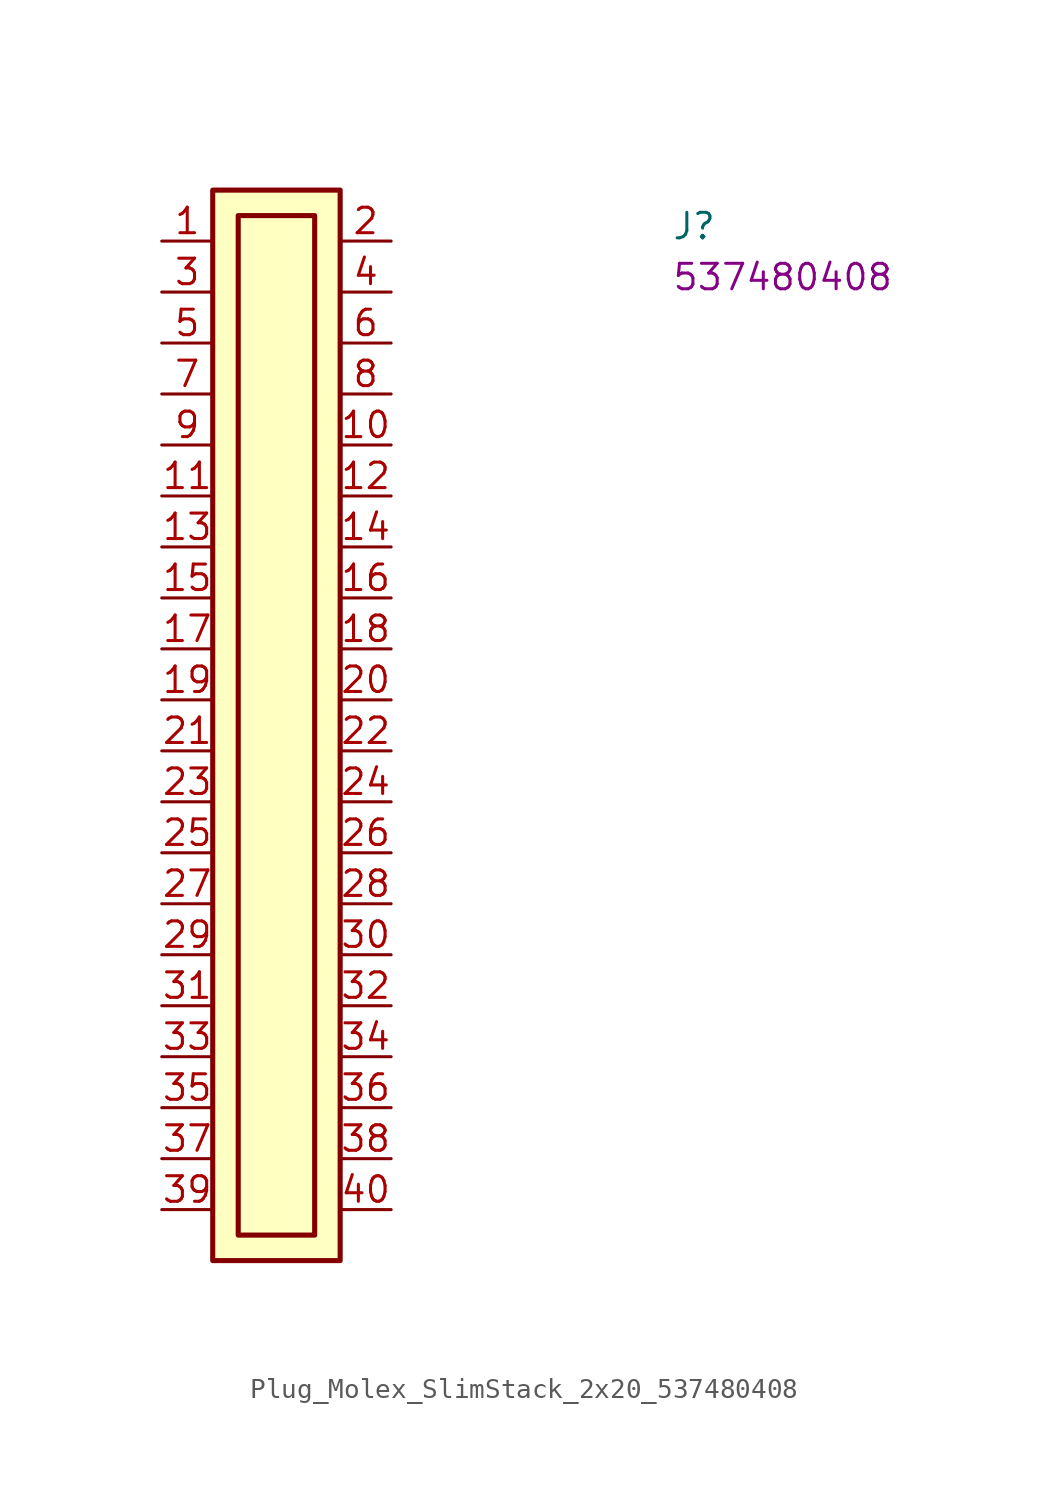
<source format=kicad_sym>
(kicad_symbol_lib
  (version 20220914)
  (generator kicad_symbol_editor)
  (symbol "Plug_Molex_SlimStack_2x20_537480408"
    (property "Reference" "J"
      (at 25.4 0 0)
      (effects (font (size 1.27 1.27) (thickness 0.15)) (justify left bottom)))
    (property "MPN" "537480408"
      (at 25.4 -2.54 0)
      (effects (font (size 1.27 1.27) (thickness 0.15)) (justify left bottom)))
    (symbol "Plug_Molex_SlimStack_2x20_537480408_1_1"
      (rectangle (start 2.54 2.54) (end 8.89 -50.8) (stroke (width 0.254) (type default)) (fill (type background)))
      (rectangle (start 3.81 1.27) (end 7.62 -49.53) (stroke (width 0.254) (type default)) (fill (type background)))
      (pin passive line (at 0 0 0) (length 2.54) (name "~" (effects (font (size 1.27 1.27)))) (number "1" (effects (font (size 1.27 1.27)))))
      (pin passive line (at 11.43 -10.16 180) (length 2.54) (name "~" (effects (font (size 1.27 1.27)))) (number "10" (effects (font (size 1.27 1.27)))))
      (pin passive line (at 0 -12.7 0) (length 2.54) (name "~" (effects (font (size 1.27 1.27)))) (number "11" (effects (font (size 1.27 1.27)))))
      (pin passive line (at 11.43 -12.7 180) (length 2.54) (name "~" (effects (font (size 1.27 1.27)))) (number "12" (effects (font (size 1.27 1.27)))))
      (pin passive line (at 0 -15.24 0) (length 2.54) (name "~" (effects (font (size 1.27 1.27)))) (number "13" (effects (font (size 1.27 1.27)))))
      (pin passive line (at 11.43 -15.24 180) (length 2.54) (name "~" (effects (font (size 1.27 1.27)))) (number "14" (effects (font (size 1.27 1.27)))))
      (pin passive line (at 0 -17.78 0) (length 2.54) (name "~" (effects (font (size 1.27 1.27)))) (number "15" (effects (font (size 1.27 1.27)))))
      (pin passive line (at 11.43 -17.78 180) (length 2.54) (name "~" (effects (font (size 1.27 1.27)))) (number "16" (effects (font (size 1.27 1.27)))))
      (pin passive line (at 0 -20.32 0) (length 2.54) (name "~" (effects (font (size 1.27 1.27)))) (number "17" (effects (font (size 1.27 1.27)))))
      (pin passive line (at 11.43 -20.32 180) (length 2.54) (name "~" (effects (font (size 1.27 1.27)))) (number "18" (effects (font (size 1.27 1.27)))))
      (pin passive line (at 0 -22.86 0) (length 2.54) (name "~" (effects (font (size 1.27 1.27)))) (number "19" (effects (font (size 1.27 1.27)))))
      (pin passive line (at 11.43 0 180) (length 2.54) (name "~" (effects (font (size 1.27 1.27)))) (number "2" (effects (font (size 1.27 1.27)))))
      (pin passive line (at 11.43 -22.86 180) (length 2.54) (name "~" (effects (font (size 1.27 1.27)))) (number "20" (effects (font (size 1.27 1.27)))))
      (pin passive line (at 0 -25.4 0) (length 2.54) (name "~" (effects (font (size 1.27 1.27)))) (number "21" (effects (font (size 1.27 1.27)))))
      (pin passive line (at 11.43 -25.4 180) (length 2.54) (name "~" (effects (font (size 1.27 1.27)))) (number "22" (effects (font (size 1.27 1.27)))))
      (pin passive line (at 0 -27.94 0) (length 2.54) (name "~" (effects (font (size 1.27 1.27)))) (number "23" (effects (font (size 1.27 1.27)))))
      (pin passive line (at 11.43 -27.94 180) (length 2.54) (name "~" (effects (font (size 1.27 1.27)))) (number "24" (effects (font (size 1.27 1.27)))))
      (pin passive line (at 0 -30.48 0) (length 2.54) (name "~" (effects (font (size 1.27 1.27)))) (number "25" (effects (font (size 1.27 1.27)))))
      (pin passive line (at 11.43 -30.48 180) (length 2.54) (name "~" (effects (font (size 1.27 1.27)))) (number "26" (effects (font (size 1.27 1.27)))))
      (pin passive line (at 0 -33.02 0) (length 2.54) (name "~" (effects (font (size 1.27 1.27)))) (number "27" (effects (font (size 1.27 1.27)))))
      (pin passive line (at 11.43 -33.02 180) (length 2.54) (name "~" (effects (font (size 1.27 1.27)))) (number "28" (effects (font (size 1.27 1.27)))))
      (pin passive line (at 0 -35.56 0) (length 2.54) (name "~" (effects (font (size 1.27 1.27)))) (number "29" (effects (font (size 1.27 1.27)))))
      (pin passive line (at 0 -2.54 0) (length 2.54) (name "~" (effects (font (size 1.27 1.27)))) (number "3" (effects (font (size 1.27 1.27)))))
      (pin passive line (at 11.43 -35.56 180) (length 2.54) (name "~" (effects (font (size 1.27 1.27)))) (number "30" (effects (font (size 1.27 1.27)))))
      (pin passive line (at 0 -38.1 0) (length 2.54) (name "~" (effects (font (size 1.27 1.27)))) (number "31" (effects (font (size 1.27 1.27)))))
      (pin passive line (at 11.43 -38.1 180) (length 2.54) (name "~" (effects (font (size 1.27 1.27)))) (number "32" (effects (font (size 1.27 1.27)))))
      (pin passive line (at 0 -40.64 0) (length 2.54) (name "~" (effects (font (size 1.27 1.27)))) (number "33" (effects (font (size 1.27 1.27)))))
      (pin passive line (at 11.43 -40.64 180) (length 2.54) (name "~" (effects (font (size 1.27 1.27)))) (number "34" (effects (font (size 1.27 1.27)))))
      (pin passive line (at 0 -43.18 0) (length 2.54) (name "~" (effects (font (size 1.27 1.27)))) (number "35" (effects (font (size 1.27 1.27)))))
      (pin passive line (at 11.43 -43.18 180) (length 2.54) (name "~" (effects (font (size 1.27 1.27)))) (number "36" (effects (font (size 1.27 1.27)))))
      (pin passive line (at 0 -45.72 0) (length 2.54) (name "~" (effects (font (size 1.27 1.27)))) (number "37" (effects (font (size 1.27 1.27)))))
      (pin passive line (at 11.43 -45.72 180) (length 2.54) (name "~" (effects (font (size 1.27 1.27)))) (number "38" (effects (font (size 1.27 1.27)))))
      (pin passive line (at 0 -48.26 0) (length 2.54) (name "~" (effects (font (size 1.27 1.27)))) (number "39" (effects (font (size 1.27 1.27)))))
      (pin passive line (at 11.43 -2.54 180) (length 2.54) (name "~" (effects (font (size 1.27 1.27)))) (number "4" (effects (font (size 1.27 1.27)))))
      (pin passive line (at 11.43 -48.26 180) (length 2.54) (name "~" (effects (font (size 1.27 1.27)))) (number "40" (effects (font (size 1.27 1.27)))))
      (pin passive line (at 0 -5.08 0) (length 2.54) (name "~" (effects (font (size 1.27 1.27)))) (number "5" (effects (font (size 1.27 1.27)))))
      (pin passive line (at 11.43 -5.08 180) (length 2.54) (name "~" (effects (font (size 1.27 1.27)))) (number "6" (effects (font (size 1.27 1.27)))))
      (pin passive line (at 0 -7.62 0) (length 2.54) (name "~" (effects (font (size 1.27 1.27)))) (number "7" (effects (font (size 1.27 1.27)))))
      (pin passive line (at 11.43 -7.62 180) (length 2.54) (name "~" (effects (font (size 1.27 1.27)))) (number "8" (effects (font (size 1.27 1.27)))))
      (pin passive line (at 0 -10.16 0) (length 2.54) (name "~" (effects (font (size 1.27 1.27)))) (number "9" (effects (font (size 1.27 1.27))))))))
</source>
